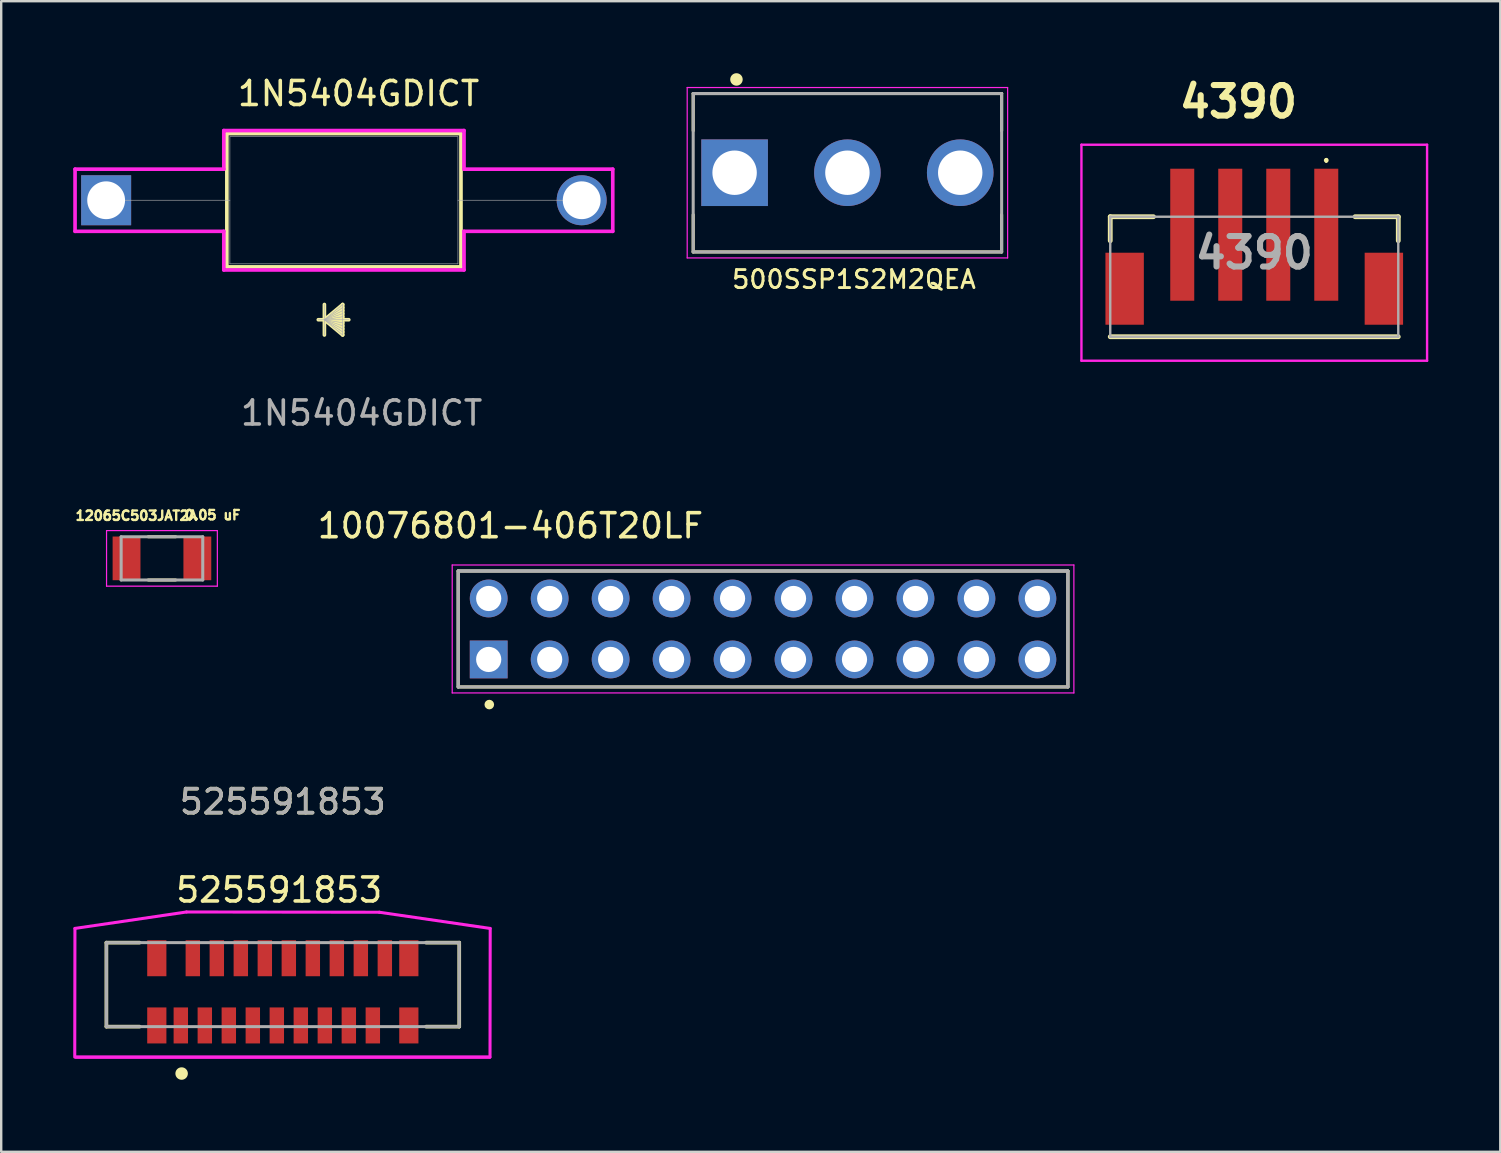
<source format=kicad_pcb>
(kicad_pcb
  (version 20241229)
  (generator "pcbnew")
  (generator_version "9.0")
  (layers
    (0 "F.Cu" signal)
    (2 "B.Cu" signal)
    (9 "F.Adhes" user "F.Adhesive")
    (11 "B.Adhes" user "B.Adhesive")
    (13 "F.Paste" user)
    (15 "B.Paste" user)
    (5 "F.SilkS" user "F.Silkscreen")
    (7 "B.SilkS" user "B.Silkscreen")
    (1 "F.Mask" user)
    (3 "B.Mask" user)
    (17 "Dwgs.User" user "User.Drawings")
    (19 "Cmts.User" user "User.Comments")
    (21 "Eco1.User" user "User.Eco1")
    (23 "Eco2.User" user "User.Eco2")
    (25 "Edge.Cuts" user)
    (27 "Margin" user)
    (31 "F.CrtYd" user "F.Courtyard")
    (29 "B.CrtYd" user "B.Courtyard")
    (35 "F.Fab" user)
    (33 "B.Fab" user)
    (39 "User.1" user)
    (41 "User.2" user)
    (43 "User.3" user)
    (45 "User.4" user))
  (footprint "500SSP1S2M2QEA"
    (layer "F.Cu")
    (at 32.255 4.146)
    (property "Reference" "500SSP1S2M2QEA" (at 0.271 4.444 0) (layer "F.SilkS") (effects (font (size 0.75 0.75) (thickness 0.12))))
    (attr through_hole)
    (fp_line (start -6.425 -3.3) (end 6.425 -3.3) (stroke (width 0.127) (type solid)) (layer "F.SilkS"))
    (fp_line (start -6.425 -1.75) (end -6.425 -3.3) (stroke (width 0.127) (type solid)) (layer "F.SilkS"))
    (fp_line (start -6.425 3.3) (end -6.425 1.75) (stroke (width 0.127) (type solid)) (layer "F.SilkS"))
    (fp_line (start 6.425 -3.3) (end 6.425 -1.75) (stroke (width 0.127) (type solid)) (layer "F.SilkS"))
    (fp_line (start 6.425 1.75) (end 6.425 3.3) (stroke (width 0.127) (type solid)) (layer "F.SilkS"))
    (fp_line (start 6.425 3.3) (end -6.425 3.3) (stroke (width 0.127) (type solid)) (layer "F.SilkS"))
    (fp_circle (center -4.623 -3.886) (end -4.423 -3.886) (stroke (width 0.12) (type solid)) (fill yes) (layer "F.SilkS"))
    (fp_line (start -6.675 -3.55) (end 6.675 -3.55) (stroke (width 0.05) (type solid)) (layer "F.CrtYd"))
    (fp_line (start -6.675 3.55) (end -6.675 -3.55) (stroke (width 0.05) (type solid)) (layer "F.CrtYd"))
    (fp_line (start 6.675 -3.55) (end 6.675 3.55) (stroke (width 0.05) (type solid)) (layer "F.CrtYd"))
    (fp_line (start 6.675 3.55) (end -6.675 3.55) (stroke (width 0.05) (type solid)) (layer "F.CrtYd"))
    (fp_line (start -6.425 -3.3) (end 6.425 -3.3) (stroke (width 0.127) (type solid)) (layer "F.Fab"))
    (fp_line (start -6.425 3.3) (end -6.425 -3.3) (stroke (width 0.127) (type solid)) (layer "F.Fab"))
    (fp_line (start 6.425 -3.3) (end 6.425 3.3) (stroke (width 0.127) (type solid)) (layer "F.Fab"))
    (fp_line (start 6.425 3.3) (end -6.425 3.3) (stroke (width 0.127) (type solid)) (layer "F.Fab"))
    (pad "1" thru_hole rect (at -4.7 0) (size 2.775 2.775) (drill 1.85) (layers "*.Cu" "*.Mask"))
    (pad "2" thru_hole circle (at 0 0) (size 2.775 2.775) (drill 1.85) (layers "*.Cu" "*.Mask"))
    (pad "3" thru_hole circle (at 4.7 0) (size 2.775 2.775) (drill 1.85) (layers "*.Cu" "*.Mask")))
  (footprint "12065C503JAT2A"
    (layer "F.Cu")
    (at 3.697 20.213)
    (property "Reference" "12065C503JAT2A" (at -1.067 -1.778 0) (layer "F.SilkS") (effects (font (size 0.394 0.394) (thickness 0.15))))
    (attr smd)
    (fp_line (start -0.57 -0.9) (end 0.57 -0.9) (stroke (width 0.127) (type solid)) (layer "F.SilkS"))
    (fp_line (start -0.57 0.9) (end 0.57 0.9) (stroke (width 0.127) (type solid)) (layer "F.SilkS"))
    (fp_line (start -2.308 -1.158) (end 2.308 -1.158) (stroke (width 0.05) (type solid)) (layer "F.CrtYd"))
    (fp_line (start -2.308 1.158) (end -2.308 -1.158) (stroke (width 0.05) (type solid)) (layer "F.CrtYd"))
    (fp_line (start -2.308 1.158) (end 2.308 1.158) (stroke (width 0.05) (type solid)) (layer "F.CrtYd"))
    (fp_line (start 2.308 1.158) (end 2.308 -1.158) (stroke (width 0.05) (type solid)) (layer "F.CrtYd"))
    (fp_line (start -1.7 0.9) (end -1.7 -0.9) (stroke (width 0.127) (type solid)) (layer "F.Fab"))
    (fp_line (start 1.7 -0.9) (end -1.7 -0.9) (stroke (width 0.127) (type solid)) (layer "F.Fab"))
    (fp_line (start 1.7 0.9) (end -1.7 0.9) (stroke (width 0.127) (type solid)) (layer "F.Fab"))
    (fp_line (start 1.7 0.9) (end 1.7 -0.9) (stroke (width 0.127) (type solid)) (layer "F.Fab"))
    (fp_text user "0.05 uF" (at 2.108 -1.803 0) (layer "F.SilkS") (effects (font (size 0.394 0.394) (thickness 0.098))))
    (pad "1" smd rect (at -1.475 0) (size 1.16 1.82) (layers "F.Cu" "F.Mask" "F.Paste"))
    (pad "2" smd rect (at 1.475 0) (size 1.16 1.82) (layers "F.Cu" "F.Mask" "F.Paste")))
  (footprint "525591853"
    (layer "F.Cu")
    (at 8.733 38.272)
    (property "Reference" "525591853" (at -0.152 -4.242 0) (unlocked yes) (layer "F.SilkS") (effects (font (size 1 1) (thickness 0.15))))
    (attr smd)
    (fp_line (start -7.35 -2.05) (end -7.35 1.45) (stroke (width 0.152) (type solid)) (layer "F.SilkS"))
    (fp_line (start -7.35 1.45) (end -5.967 1.45) (stroke (width 0.152) (type solid)) (layer "F.SilkS"))
    (fp_line (start -5.967 -2.05) (end -7.35 -2.05) (stroke (width 0.152) (type solid)) (layer "F.SilkS"))
    (fp_line (start 5.967 1.45) (end 7.35 1.45) (stroke (width 0.152) (type solid)) (layer "F.SilkS"))
    (fp_line (start 7.35 -2.05) (end 5.967 -2.05) (stroke (width 0.152) (type solid)) (layer "F.SilkS"))
    (fp_line (start 7.35 1.45) (end 7.35 -2.05) (stroke (width 0.152) (type solid)) (layer "F.SilkS"))
    (fp_circle (center -4.216 3.404) (end -4.016 3.404) (stroke (width 0.12) (type solid)) (fill yes) (layer "F.SilkS"))
    (fp_line (start -8.669 2.72) (end -8.661 -2.642) (stroke (width 0.127) (type solid)) (layer "F.CrtYd"))
    (fp_line (start -8.661 -2.642) (end -4.013 -3.327) (stroke (width 0.127) (type solid)) (layer "F.CrtYd"))
    (fp_line (start -8.62 2.72) (end 8.62 2.72) (stroke (width 0.127) (type solid)) (layer "F.CrtYd"))
    (fp_line (start -8.62 2.72) (end 8.62 2.72) (stroke (width 0.127) (type solid)) (layer "F.CrtYd"))
    (fp_line (start 4.019 -3.316) (end -4.013 -3.327) (stroke (width 0.127) (type solid)) (layer "F.CrtYd"))
    (fp_line (start 8.632 2.72) (end 8.64 -2.642) (stroke (width 0.127) (type solid)) (layer "F.CrtYd"))
    (fp_line (start 8.636 -2.642) (end 4.019 -3.316) (stroke (width 0.127) (type solid)) (layer "F.CrtYd"))
    (fp_line (start -7.35 -2.05) (end -7.35 1.45) (stroke (width 0.127) (type solid)) (layer "F.Fab"))
    (fp_line (start -7.35 1.45) (end 7.35 1.45) (stroke (width 0.127) (type solid)) (layer "F.Fab"))
    (fp_line (start 7.35 -2.05) (end -7.35 -2.05) (stroke (width 0.127) (type solid)) (layer "F.Fab"))
    (fp_line (start 7.35 1.45) (end 7.35 -2.05) (stroke (width 0.127) (type solid)) (layer "F.Fab"))
    (fp_text user "525591853" (at 0 -7.92 0) (unlocked yes) (layer "F.SilkS") (effects (font (size 1 1) (thickness 0.15))))
    (fp_text user "525591853" (at 0 -7.92 0) (unlocked yes) (layer "F.Fab") (effects (font (size 1 1) (thickness 0.15))))
    (pad "1" smd rect (at -4.25 1.4) (size 0.6 1.5) (layers "F.Cu" "F.Mask" "F.Paste"))
    (pad "2" smd rect (at -3.75 -1.4) (size 0.6 1.5) (layers "F.Cu" "F.Mask" "F.Paste"))
    (pad "3" smd rect (at -3.25 1.4) (size 0.6 1.5) (layers "F.Cu" "F.Mask" "F.Paste"))
    (pad "4" smd rect (at -2.75 -1.4) (size 0.6 1.5) (layers "F.Cu" "F.Mask" "F.Paste"))
    (pad "5" smd rect (at -2.25 1.4) (size 0.6 1.5) (layers "F.Cu" "F.Mask" "F.Paste"))
    (pad "6" smd rect (at -1.75 -1.4) (size 0.6 1.5) (layers "F.Cu" "F.Mask" "F.Paste"))
    (pad "7" smd rect (at -1.25 1.4) (size 0.6 1.5) (layers "F.Cu" "F.Mask" "F.Paste"))
    (pad "8" smd rect (at -0.75 -1.4) (size 0.6 1.5) (layers "F.Cu" "F.Mask" "F.Paste"))
    (pad "9" smd rect (at -0.25 1.4) (size 0.6 1.5) (layers "F.Cu" "F.Mask" "F.Paste"))
    (pad "10" smd rect (at 0.25 -1.4) (size 0.6 1.5) (layers "F.Cu" "F.Mask" "F.Paste"))
    (pad "11" smd rect (at 0.75 1.4) (size 0.6 1.5) (layers "F.Cu" "F.Mask" "F.Paste"))
    (pad "12" smd rect (at 1.25 -1.4) (size 0.6 1.5) (layers "F.Cu" "F.Mask" "F.Paste"))
    (pad "13" smd rect (at 1.75 1.4) (size 0.6 1.5) (layers "F.Cu" "F.Mask" "F.Paste"))
    (pad "14" smd rect (at 2.25 -1.4) (size 0.6 1.5) (layers "F.Cu" "F.Mask" "F.Paste"))
    (pad "15" smd rect (at 2.75 1.4) (size 0.6 1.5) (layers "F.Cu" "F.Mask" "F.Paste"))
    (pad "16" smd rect (at 3.25 -1.4) (size 0.6 1.5) (layers "F.Cu" "F.Mask" "F.Paste"))
    (pad "17" smd rect (at 3.75 1.4) (size 0.6 1.5) (layers "F.Cu" "F.Mask" "F.Paste"))
    (pad "18" smd rect (at 4.25 -1.4) (size 0.6 1.5) (layers "F.Cu" "F.Mask" "F.Paste"))
    (pad "P1" smd rect (at -5.25 1.4) (size 0.8 1.5) (layers "F.Cu" "F.Mask" "F.Paste"))
    (pad "P2" smd rect (at 5.25 1.4) (size 0.8 1.5) (layers "F.Cu" "F.Mask" "F.Paste"))
    (pad "P3" smd rect (at -5.25 -1.4) (size 0.8 1.5) (layers "F.Cu" "F.Mask" "F.Paste"))
    (pad "P4" smd rect (at 5.25 -1.4) (size 0.8 1.5) (layers "F.Cu" "F.Mask" "F.Paste")))
  (footprint "1N5404GDICT"
    (layer "F.Cu")
    (at 1.372 5.293)
    (property "Reference" "1N5404GDICT" (at 10.516 -4.445 0) (unlocked yes) (layer "F.SilkS") (effects (font (size 1 1) (thickness 0.15))))
    (attr through_hole)
    (fp_line (start 5.029 -2.777) (end 5.029 2.777) (stroke (width 0.152) (type solid)) (layer "F.SilkS"))
    (fp_line (start 5.029 2.777) (end 14.783 2.777) (stroke (width 0.152) (type solid)) (layer "F.SilkS"))
    (fp_line (start 9.093 4.343) (end 9.093 5.613) (stroke (width 0.152) (type solid)) (layer "F.SilkS"))
    (fp_line (start 9.093 4.978) (end 9.855 4.343) (stroke (width 0.152) (type solid)) (layer "F.SilkS"))
    (fp_line (start 9.093 4.978) (end 9.855 4.47) (stroke (width 0.152) (type solid)) (layer "F.SilkS"))
    (fp_line (start 9.093 4.978) (end 9.855 4.597) (stroke (width 0.152) (type solid)) (layer "F.SilkS"))
    (fp_line (start 9.093 4.978) (end 9.855 4.724) (stroke (width 0.152) (type solid)) (layer "F.SilkS"))
    (fp_line (start 9.093 4.978) (end 9.855 4.851) (stroke (width 0.152) (type solid)) (layer "F.SilkS"))
    (fp_line (start 9.093 4.978) (end 9.855 5.105) (stroke (width 0.152) (type solid)) (layer "F.SilkS"))
    (fp_line (start 9.093 4.978) (end 9.855 5.232) (stroke (width 0.152) (type solid)) (layer "F.SilkS"))
    (fp_line (start 9.093 4.978) (end 9.855 5.359) (stroke (width 0.152) (type solid)) (layer "F.SilkS"))
    (fp_line (start 9.093 4.978) (end 9.855 5.486) (stroke (width 0.152) (type solid)) (layer "F.SilkS"))
    (fp_line (start 9.093 4.978) (end 9.855 5.613) (stroke (width 0.152) (type solid)) (layer "F.SilkS"))
    (fp_line (start 9.855 4.343) (end 9.855 5.613) (stroke (width 0.152) (type solid)) (layer "F.SilkS"))
    (fp_line (start 10.109 4.978) (end 8.839 4.978) (stroke (width 0.152) (type solid)) (layer "F.SilkS"))
    (fp_line (start 14.783 -2.777) (end 5.029 -2.777) (stroke (width 0.152) (type solid)) (layer "F.SilkS"))
    (fp_line (start 14.783 2.777) (end 14.783 -2.777) (stroke (width 0.152) (type solid)) (layer "F.SilkS"))
    (fp_line (start -1.295 -1.295) (end 4.902 -1.295) (stroke (width 0.152) (type solid)) (layer "F.CrtYd"))
    (fp_line (start -1.295 1.295) (end -1.295 -1.295) (stroke (width 0.152) (type solid)) (layer "F.CrtYd"))
    (fp_line (start 4.902 -2.904) (end 14.91 -2.904) (stroke (width 0.152) (type solid)) (layer "F.CrtYd"))
    (fp_line (start 4.902 -1.295) (end 4.902 -2.904) (stroke (width 0.152) (type solid)) (layer "F.CrtYd"))
    (fp_line (start 4.902 1.295) (end -1.295 1.295) (stroke (width 0.152) (type solid)) (layer "F.CrtYd"))
    (fp_line (start 4.902 2.904) (end 4.902 1.295) (stroke (width 0.152) (type solid)) (layer "F.CrtYd"))
    (fp_line (start 14.91 -2.904) (end 14.91 -1.295) (stroke (width 0.152) (type solid)) (layer "F.CrtYd"))
    (fp_line (start 14.91 -1.295) (end 21.107 -1.295) (stroke (width 0.152) (type solid)) (layer "F.CrtYd"))
    (fp_line (start 14.91 1.295) (end 14.91 2.904) (stroke (width 0.152) (type solid)) (layer "F.CrtYd"))
    (fp_line (start 14.91 2.904) (end 4.902 2.904) (stroke (width 0.152) (type solid)) (layer "F.CrtYd"))
    (fp_line (start 21.107 -1.295) (end 21.107 1.295) (stroke (width 0.152) (type solid)) (layer "F.CrtYd"))
    (fp_line (start 21.107 1.295) (end 14.91 1.295) (stroke (width 0.152) (type solid)) (layer "F.CrtYd"))
    (fp_line (start 0 0) (end 5.156 0) (stroke (width 0.025) (type solid)) (layer "F.Fab"))
    (fp_line (start 5.156 -2.65) (end 5.156 2.65) (stroke (width 0.025) (type solid)) (layer "F.Fab"))
    (fp_line (start 5.156 2.65) (end 14.656 2.65) (stroke (width 0.025) (type solid)) (layer "F.Fab"))
    (fp_line (start 9.093 4.343) (end 9.093 5.613) (stroke (width 0.025) (type solid)) (layer "F.Fab"))
    (fp_line (start 9.093 4.978) (end 9.855 4.343) (stroke (width 0.025) (type solid)) (layer "F.Fab"))
    (fp_line (start 9.093 4.978) (end 9.855 4.47) (stroke (width 0.025) (type solid)) (layer "F.Fab"))
    (fp_line (start 9.093 4.978) (end 9.855 4.597) (stroke (width 0.025) (type solid)) (layer "F.Fab"))
    (fp_line (start 9.093 4.978) (end 9.855 4.724) (stroke (width 0.025) (type solid)) (layer "F.Fab"))
    (fp_line (start 9.093 4.978) (end 9.855 4.851) (stroke (width 0.025) (type solid)) (layer "F.Fab"))
    (fp_line (start 9.093 4.978) (end 9.855 5.105) (stroke (width 0.025) (type solid)) (layer "F.Fab"))
    (fp_line (start 9.093 4.978) (end 9.855 5.232) (stroke (width 0.025) (type solid)) (layer "F.Fab"))
    (fp_line (start 9.093 4.978) (end 9.855 5.359) (stroke (width 0.025) (type solid)) (layer "F.Fab"))
    (fp_line (start 9.093 4.978) (end 9.855 5.486) (stroke (width 0.025) (type solid)) (layer "F.Fab"))
    (fp_line (start 9.093 4.978) (end 9.855 5.613) (stroke (width 0.025) (type solid)) (layer "F.Fab"))
    (fp_line (start 9.855 4.343) (end 9.855 5.613) (stroke (width 0.025) (type solid)) (layer "F.Fab"))
    (fp_line (start 10.109 4.978) (end 8.839 4.978) (stroke (width 0.025) (type solid)) (layer "F.Fab"))
    (fp_line (start 14.656 -2.65) (end 5.156 -2.65) (stroke (width 0.025) (type solid)) (layer "F.Fab"))
    (fp_line (start 14.656 2.65) (end 14.656 -2.65) (stroke (width 0.025) (type solid)) (layer "F.Fab"))
    (fp_line (start 19.812 0) (end 14.656 0) (stroke (width 0.025) (type solid)) (layer "F.Fab"))
    (fp_text user "${REFERENCE}" (at 10.643 8.865 0) (unlocked yes) (layer "F.Fab") (effects (font (size 1 1) (thickness 0.15))))
    (pad "1" thru_hole rect (at 0 0) (size 2.083 2.083) (drill 1.575) (layers "*.Cu" "*.Mask"))
    (pad "2" thru_hole circle (at 19.812 0) (size 2.083 2.083) (drill 1.575) (layers "*.Cu" "*.Mask")))
  (footprint "10076801-406T20LF"
    (layer "F.Cu")
    (at 28.74 23.154)
    (property "Reference" "10076801-406T20LF" (at -10.525 -4.3 0) (layer "F.SilkS") (effects (font (size 1 1) (thickness 0.15))))
    (attr through_hole)
    (fp_line (start -12.7 2.415) (end -12.7 -2.415) (stroke (width 0.127) (type solid)) (layer "F.SilkS"))
    (fp_line (start 12.7 -2.415) (end -12.7 -2.415) (stroke (width 0.127) (type solid)) (layer "F.SilkS"))
    (fp_line (start 12.7 -2.415) (end 12.7 2.415) (stroke (width 0.127) (type solid)) (layer "F.SilkS"))
    (fp_line (start 12.7 2.415) (end -12.7 2.415) (stroke (width 0.127) (type solid)) (layer "F.SilkS"))
    (fp_circle (center -11.405 3.15) (end -11.305 3.15) (stroke (width 0.2) (type solid)) (fill no) (layer "F.SilkS"))
    (fp_line (start -12.95 -2.665) (end 12.95 -2.665) (stroke (width 0.05) (type solid)) (layer "F.CrtYd"))
    (fp_line (start -12.95 2.665) (end -12.95 -2.665) (stroke (width 0.05) (type solid)) (layer "F.CrtYd"))
    (fp_line (start 12.95 -2.665) (end 12.95 2.665) (stroke (width 0.05) (type solid)) (layer "F.CrtYd"))
    (fp_line (start 12.95 2.665) (end -12.95 2.665) (stroke (width 0.05) (type solid)) (layer "F.CrtYd"))
    (fp_line (start -12.7 -2.415) (end 12.7 -2.415) (stroke (width 0.127) (type solid)) (layer "F.Fab"))
    (fp_line (start -12.7 -2.415) (end 12.7 -2.415) (stroke (width 0.127) (type solid)) (layer "F.Fab"))
    (fp_line (start -12.7 2.415) (end -12.7 -2.415) (stroke (width 0.127) (type solid)) (layer "F.Fab"))
    (fp_line (start -12.7 2.415) (end -12.7 -2.415) (stroke (width 0.127) (type solid)) (layer "F.Fab"))
    (fp_line (start 12.7 -2.415) (end 12.7 2.415) (stroke (width 0.127) (type solid)) (layer "F.Fab"))
    (fp_line (start 12.7 -2.415) (end 12.7 2.415) (stroke (width 0.127) (type solid)) (layer "F.Fab"))
    (fp_line (start 12.7 2.415) (end -12.7 2.415) (stroke (width 0.127) (type solid)) (layer "F.Fab"))
    (pad "01" thru_hole rect (at -11.43 1.27) (size 1.575 1.575) (drill 1.05) (layers "*.Cu" "*.Mask"))
    (pad "02" thru_hole circle (at -11.43 -1.27) (size 1.575 1.575) (drill 1.05) (layers "*.Cu" "*.Mask"))
    (pad "03" thru_hole circle (at -8.89 1.27) (size 1.575 1.575) (drill 1.05) (layers "*.Cu" "*.Mask"))
    (pad "04" thru_hole circle (at -8.89 -1.27) (size 1.575 1.575) (drill 1.05) (layers "*.Cu" "*.Mask"))
    (pad "05" thru_hole circle (at -6.35 1.27) (size 1.575 1.575) (drill 1.05) (layers "*.Cu" "*.Mask"))
    (pad "06" thru_hole circle (at -6.35 -1.27) (size 1.575 1.575) (drill 1.05) (layers "*.Cu" "*.Mask"))
    (pad "07" thru_hole circle (at -3.81 1.27) (size 1.575 1.575) (drill 1.05) (layers "*.Cu" "*.Mask"))
    (pad "08" thru_hole circle (at -3.81 -1.27) (size 1.575 1.575) (drill 1.05) (layers "*.Cu" "*.Mask"))
    (pad "09" thru_hole circle (at -1.27 1.27) (size 1.575 1.575) (drill 1.05) (layers "*.Cu" "*.Mask"))
    (pad "10" thru_hole circle (at -1.27 -1.27) (size 1.575 1.575) (drill 1.05) (layers "*.Cu" "*.Mask"))
    (pad "11" thru_hole circle (at 1.27 1.27) (size 1.575 1.575) (drill 1.05) (layers "*.Cu" "*.Mask"))
    (pad "12" thru_hole circle (at 1.27 -1.27) (size 1.575 1.575) (drill 1.05) (layers "*.Cu" "*.Mask"))
    (pad "13" thru_hole circle (at 3.81 1.27) (size 1.575 1.575) (drill 1.05) (layers "*.Cu" "*.Mask"))
    (pad "14" thru_hole circle (at 3.81 -1.27) (size 1.575 1.575) (drill 1.05) (layers "*.Cu" "*.Mask"))
    (pad "15" thru_hole circle (at 6.35 1.27) (size 1.575 1.575) (drill 1.05) (layers "*.Cu" "*.Mask"))
    (pad "16" thru_hole circle (at 6.35 -1.27) (size 1.575 1.575) (drill 1.05) (layers "*.Cu" "*.Mask"))
    (pad "17" thru_hole circle (at 8.89 1.27) (size 1.575 1.575) (drill 1.05) (layers "*.Cu" "*.Mask"))
    (pad "18" thru_hole circle (at 8.89 -1.27) (size 1.575 1.575) (drill 1.05) (layers "*.Cu" "*.Mask"))
    (pad "19" thru_hole circle (at 11.43 1.27) (size 1.575 1.575) (drill 1.05) (layers "*.Cu" "*.Mask"))
    (pad "20" thru_hole circle (at 11.43 -1.27) (size 1.575 1.575) (drill 1.05) (layers "*.Cu" "*.Mask")))
  (footprint "4390"
    (layer "F.Cu")
    (at 49.205 8.479)
    (property "Reference" "4390" (at -0.66 -7.29 0) (layer "F.SilkS") (effects (font (size 1.27 1.27) (thickness 0.254))))
    (attr smd)
    (fp_line (start -6 -2.5) (end -6 -1.5) (stroke (width 0.2) (type solid)) (layer "F.SilkS"))
    (fp_line (start -4.2 -2.5) (end -6 -2.5) (stroke (width 0.2) (type solid)) (layer "F.SilkS"))
    (fp_line (start 3 -4.9) (end 3 -4.9) (stroke (width 0.1) (type solid)) (layer "F.SilkS"))
    (fp_line (start 3 -4.8) (end 3 -4.8) (stroke (width 0.1) (type solid)) (layer "F.SilkS"))
    (fp_line (start 4.2 -2.5) (end 6 -2.5) (stroke (width 0.2) (type solid)) (layer "F.SilkS"))
    (fp_line (start 6 -2.5) (end 6 -1.5) (stroke (width 0.2) (type solid)) (layer "F.SilkS"))
    (fp_line (start 6 2.5) (end -6 2.5) (stroke (width 0.2) (type solid)) (layer "F.SilkS"))
    (fp_arc (start 3 -4.9) (mid 3.05 -4.85) (end 3 -4.8) (stroke (width 0.1) (type solid)) (layer "F.SilkS"))
    (fp_arc (start 3 -4.8) (mid 2.95 -4.85) (end 3 -4.9) (stroke (width 0.1) (type solid)) (layer "F.SilkS"))
    (fp_line (start -7.2 -5.5) (end -7.2 3.5) (stroke (width 0.1) (type solid)) (layer "F.CrtYd"))
    (fp_line (start -7.2 3.5) (end 7.2 3.5) (stroke (width 0.1) (type solid)) (layer "F.CrtYd"))
    (fp_line (start 7.2 -5.5) (end -7.2 -5.5) (stroke (width 0.1) (type solid)) (layer "F.CrtYd"))
    (fp_line (start 7.2 3.5) (end 7.2 -5.5) (stroke (width 0.1) (type solid)) (layer "F.CrtYd"))
    (fp_line (start -6 -2.5) (end -6 2.5) (stroke (width 0.1) (type solid)) (layer "F.Fab"))
    (fp_line (start -6 2.5) (end 6 2.5) (stroke (width 0.1) (type solid)) (layer "F.Fab"))
    (fp_line (start 6 -2.5) (end -6 -2.5) (stroke (width 0.1) (type solid)) (layer "F.Fab"))
    (fp_line (start 6 2.5) (end 6 -2.5) (stroke (width 0.1) (type solid)) (layer "F.Fab"))
    (fp_text user "${REFERENCE}" (at 0 -1 0) (layer "F.Fab") (effects (font (size 1.27 1.27) (thickness 0.254))))
    (pad "1" smd rect (at 3 -1.75) (size 1 5.5) (layers "F.Cu" "F.Mask" "F.Paste"))
    (pad "2" smd rect (at 1 -1.75) (size 1 5.5) (layers "F.Cu" "F.Mask" "F.Paste"))
    (pad "3" smd rect (at -1 -1.75) (size 1 5.5) (layers "F.Cu" "F.Mask" "F.Paste"))
    (pad "4" smd rect (at -3 -1.75) (size 1 5.5) (layers "F.Cu" "F.Mask" "F.Paste"))
    (pad "MP1" smd rect (at 5.4 0.5) (size 1.6 3) (layers "F.Cu" "F.Mask" "F.Paste"))
    (pad "MP2" smd rect (at -5.4 0.5) (size 1.6 3) (layers "F.Cu" "F.Mask" "F.Paste")))
  (gr_rect
    (start -3 -3)
    (end 59.455 44.936)
    (stroke (width 0.1) (type default))
    (fill no)
    (layer "Edge.Cuts")))
</source>
